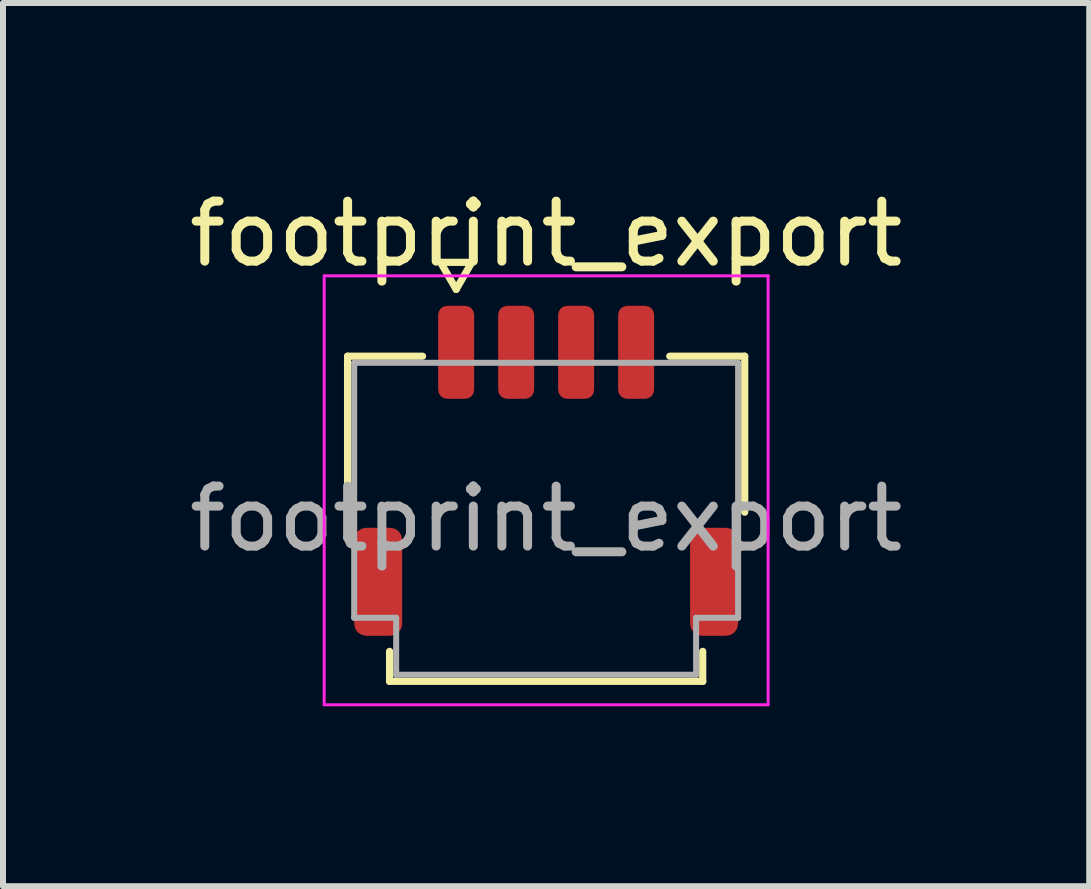
<source format=kicad_pcb>
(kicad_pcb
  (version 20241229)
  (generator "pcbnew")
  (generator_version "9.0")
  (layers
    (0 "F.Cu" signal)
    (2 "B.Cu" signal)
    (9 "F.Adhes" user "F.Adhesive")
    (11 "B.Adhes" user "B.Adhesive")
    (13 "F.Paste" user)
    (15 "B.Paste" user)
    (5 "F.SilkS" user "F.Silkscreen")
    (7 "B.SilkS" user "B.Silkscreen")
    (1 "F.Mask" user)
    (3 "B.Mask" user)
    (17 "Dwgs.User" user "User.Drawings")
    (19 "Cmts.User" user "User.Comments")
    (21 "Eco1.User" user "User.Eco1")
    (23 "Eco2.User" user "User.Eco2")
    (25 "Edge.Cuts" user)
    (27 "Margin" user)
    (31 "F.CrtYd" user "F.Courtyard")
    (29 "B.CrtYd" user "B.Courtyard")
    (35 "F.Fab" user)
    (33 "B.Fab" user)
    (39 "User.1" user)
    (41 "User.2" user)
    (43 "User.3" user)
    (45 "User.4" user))
  (footprint "footprint_export"
    (layer "F.Cu")
    (at 6.054 5.598)
    (property "Reference" "footprint_export" (at 0 -4.75 0) (layer "F.SilkS") (effects (font (size 1 1) (thickness 0.15))))
    (attr smd)
    (fp_line (start -3.31 -2.71) (end -2.06 -2.71) (stroke (width 0.12) (type solid)) (layer "F.SilkS"))
    (fp_line (start -3.31 -0.11) (end -3.31 -2.71) (stroke (width 0.12) (type solid)) (layer "F.SilkS"))
    (fp_line (start -2.61 2.71) (end -2.61 2.21) (stroke (width 0.12) (type solid)) (layer "F.SilkS"))
    (fp_line (start -1.76 -4.275) (end -1.5 -3.825) (stroke (width 0.12) (type solid)) (layer "F.SilkS"))
    (fp_line (start -1.5 -3.825) (end -1.24 -4.275) (stroke (width 0.12) (type solid)) (layer "F.SilkS"))
    (fp_line (start -1.24 -4.275) (end -1.76 -4.275) (stroke (width 0.12) (type solid)) (layer "F.SilkS"))
    (fp_line (start 2.06 -2.71) (end 3.31 -2.71) (stroke (width 0.12) (type solid)) (layer "F.SilkS"))
    (fp_line (start 2.61 2.21) (end 2.61 2.71) (stroke (width 0.12) (type solid)) (layer "F.SilkS"))
    (fp_line (start 2.61 2.71) (end -2.61 2.71) (stroke (width 0.12) (type solid)) (layer "F.SilkS"))
    (fp_line (start 3.31 -2.71) (end 3.31 -0.11) (stroke (width 0.12) (type solid)) (layer "F.SilkS"))
    (fp_line (start -3.7 -4.05) (end -3.7 3.1) (stroke (width 0.05) (type solid)) (layer "F.CrtYd"))
    (fp_line (start -3.7 3.1) (end 3.7 3.1) (stroke (width 0.05) (type solid)) (layer "F.CrtYd"))
    (fp_line (start 3.7 -4.05) (end -3.7 -4.05) (stroke (width 0.05) (type solid)) (layer "F.CrtYd"))
    (fp_line (start 3.7 3.1) (end 3.7 -4.05) (stroke (width 0.05) (type solid)) (layer "F.CrtYd"))
    (fp_line (start -3.2 -2.6) (end 3.2 -2.6) (stroke (width 0.1) (type solid)) (layer "F.Fab"))
    (fp_line (start -3.2 1.65) (end -3.2 -2.6) (stroke (width 0.1) (type solid)) (layer "F.Fab"))
    (fp_line (start -2.5 1.65) (end -3.2 1.65) (stroke (width 0.1) (type solid)) (layer "F.Fab"))
    (fp_line (start -2.5 2.6) (end -2.5 1.65) (stroke (width 0.1) (type solid)) (layer "F.Fab"))
    (fp_line (start 2.5 1.65) (end 2.5 2.6) (stroke (width 0.1) (type solid)) (layer "F.Fab"))
    (fp_line (start 2.5 2.6) (end -2.5 2.6) (stroke (width 0.1) (type solid)) (layer "F.Fab"))
    (fp_line (start 3.2 -2.6) (end 3.2 1.65) (stroke (width 0.1) (type solid)) (layer "F.Fab"))
    (fp_line (start 3.2 1.65) (end 2.5 1.65) (stroke (width 0.1) (type solid)) (layer "F.Fab"))
    (fp_text user "${REFERENCE}" (at 0 0 0) (layer "F.Fab") (effects (font (size 1 1) (thickness 0.15))))
    (pad "1" smd roundrect (at -1.5 -2.775) (size 0.6 1.55) (layers "F.Cu" "F.Mask" "F.Paste") (roundrect_rratio 0.25))
    (pad "2" smd roundrect (at -0.5 -2.775) (size 0.6 1.55) (layers "F.Cu" "F.Mask" "F.Paste") (roundrect_rratio 0.25))
    (pad "3" smd roundrect (at 0.5 -2.775) (size 0.6 1.55) (layers "F.Cu" "F.Mask" "F.Paste") (roundrect_rratio 0.25))
    (pad "4" smd roundrect (at 1.5 -2.775) (size 0.6 1.55) (layers "F.Cu" "F.Mask" "F.Paste") (roundrect_rratio 0.25))
    (pad "MP" smd roundrect (at -2.8 1.05) (size 0.8 1.8) (layers "F.Cu" "F.Mask" "F.Paste") (roundrect_rratio 0.25))
    (pad "MP" smd roundrect (at 2.8 1.05) (size 0.8 1.8) (layers "F.Cu" "F.Mask" "F.Paste") (roundrect_rratio 0.25)))
  (gr_rect
    (start -3 -3)
    (end 15.107 11.723)
    (stroke (width 0.1) (type default))
    (fill no)
    (layer "Edge.Cuts")))
</source>
